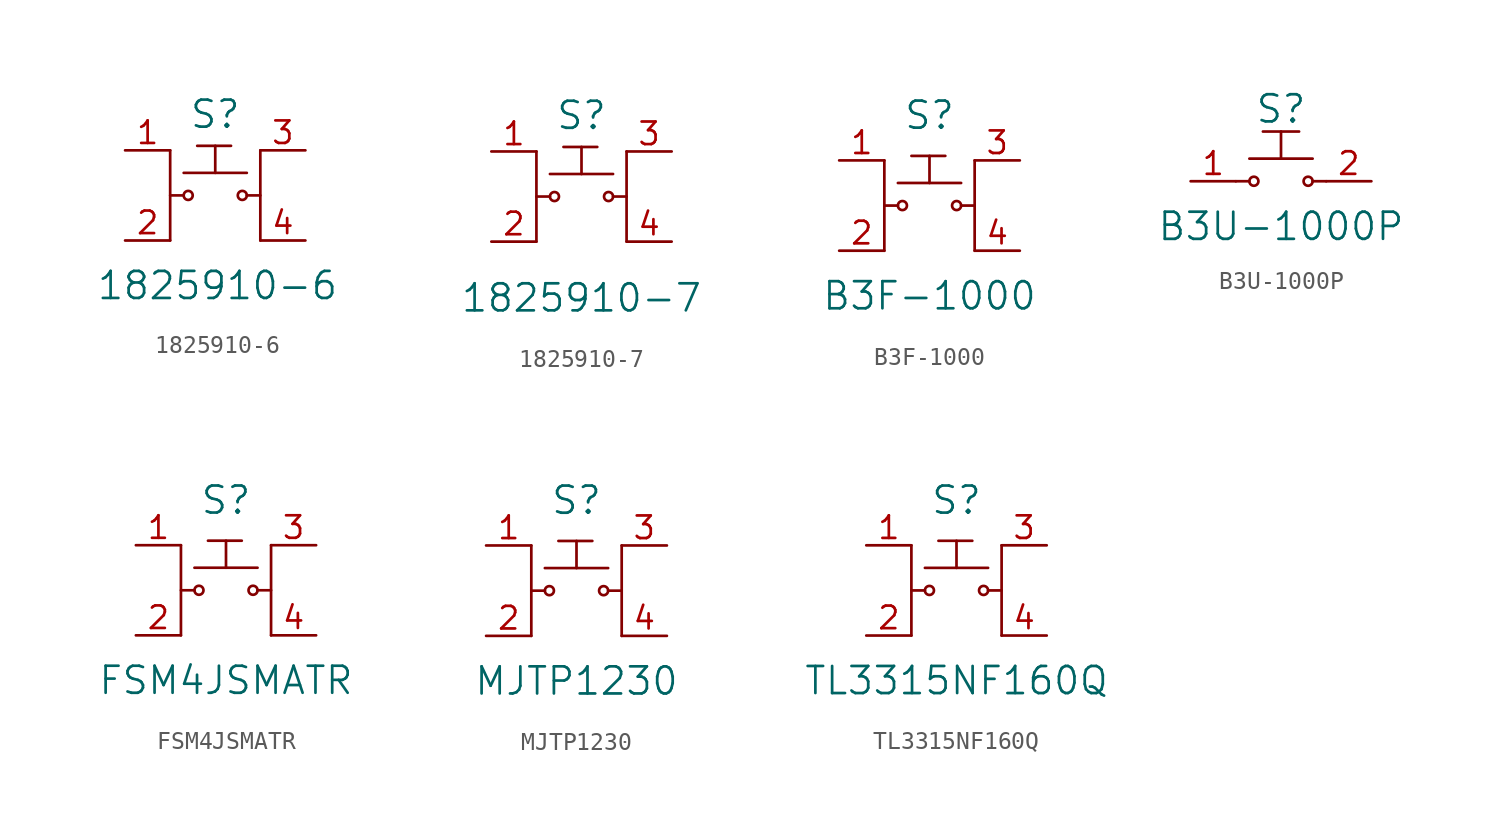
<source format=kicad_sym>
(kicad_symbol_lib
  (version 20231120)
  (generator "kicad_symbol_editor")
  (generator_version "8.0")
  (symbol "1825910-6"
    (pin_names
      (offset 1.016))
    (property "Reference" "S"
      (at 0 4.572 0)
      (effects (font (size 1.524 1.524))))
    (property "Value" "1825910-6"
      (at 0.127 -5.08 0)
      (effects (font (size 1.524 1.524))))
    (symbol "1825910-6_0_1"
      (circle (center -1.524 0) (radius 0.254) (stroke (width 0) (type default)) (fill (type none)))
      (polyline (pts (xy -2.54 2.54) (xy -2.54 -2.54)) (stroke (width 0) (type default)) (fill (type none)))
      (polyline (pts (xy -1.778 0) (xy -2.54 0)) (stroke (width 0) (type default)) (fill (type none)))
      (polyline (pts (xy -1.778 1.27) (xy 1.778 1.27)) (stroke (width 0) (type default)) (fill (type none)))
      (polyline (pts (xy 2.54 -2.54) (xy 2.54 2.54)) (stroke (width 0) (type default)) (fill (type none)))
      (polyline (pts (xy 2.54 0) (xy 1.778 0)) (stroke (width 0) (type default)) (fill (type none)))
      (circle (center 1.524 0) (radius 0.254) (stroke (width 0) (type default)) (fill (type none))))
    (symbol "1825910-6_1_1"
      (polyline (pts (xy -1.016 2.794) (xy 0.889 2.794)) (stroke (width 0) (type default)) (fill (type none)))
      (polyline (pts (xy 0 2.794) (xy 0 1.27)) (stroke (width 0) (type default)) (fill (type none)))
      (pin passive line (at -5.08 2.54 0) (length 2.54) (name "~" (effects (font (size 1.27 1.27)))) (number "1" (effects (font (size 1.27 1.27)))))
      (pin passive line (at -5.08 -2.54 0) (length 2.54) (name "~" (effects (font (size 1.27 1.27)))) (number "2" (effects (font (size 1.27 1.27)))))
      (pin passive line (at 5.08 2.54 180) (length 2.54) (name "~" (effects (font (size 1.27 1.27)))) (number "3" (effects (font (size 1.27 1.27)))))
      (pin passive line (at 5.08 -2.54 180) (length 2.54) (name "~" (effects (font (size 1.27 1.27)))) (number "4" (effects (font (size 1.27 1.27)))))))
  (symbol "1825910-7"
    (pin_names
      (offset 1.016))
    (property "Reference" "S"
      (at 0 4.572 0)
      (effects (font (size 1.524 1.524))))
    (property "Value" "1825910-7"
      (at 0 -5.715 0)
      (effects (font (size 1.524 1.524))))
    (symbol "1825910-7_0_1"
      (circle (center -1.524 0) (radius 0.254) (stroke (width 0) (type default)) (fill (type none)))
      (polyline (pts (xy -2.54 2.54) (xy -2.54 -2.54)) (stroke (width 0) (type default)) (fill (type none)))
      (polyline (pts (xy -1.778 0) (xy -2.54 0)) (stroke (width 0) (type default)) (fill (type none)))
      (polyline (pts (xy -1.778 1.27) (xy 1.778 1.27)) (stroke (width 0) (type default)) (fill (type none)))
      (polyline (pts (xy 2.54 -2.54) (xy 2.54 2.54)) (stroke (width 0) (type default)) (fill (type none)))
      (polyline (pts (xy 2.54 0) (xy 1.778 0)) (stroke (width 0) (type default)) (fill (type none)))
      (circle (center 1.524 0) (radius 0.254) (stroke (width 0) (type default)) (fill (type none))))
    (symbol "1825910-7_1_1"
      (polyline (pts (xy -1.016 2.794) (xy 0.889 2.794)) (stroke (width 0) (type default)) (fill (type none)))
      (polyline (pts (xy 0 2.794) (xy 0 1.27)) (stroke (width 0) (type default)) (fill (type none)))
      (pin passive line (at -5.08 2.54 0) (length 2.54) (name "~" (effects (font (size 1.27 1.27)))) (number "1" (effects (font (size 1.27 1.27)))))
      (pin passive line (at -5.08 -2.54 0) (length 2.54) (name "~" (effects (font (size 1.27 1.27)))) (number "2" (effects (font (size 1.27 1.27)))))
      (pin passive line (at 5.08 2.54 180) (length 2.54) (name "~" (effects (font (size 1.27 1.27)))) (number "3" (effects (font (size 1.27 1.27)))))
      (pin passive line (at 5.08 -2.54 180) (length 2.54) (name "~" (effects (font (size 1.27 1.27)))) (number "4" (effects (font (size 1.27 1.27)))))))
  (symbol "B3F-1000"
    (pin_names
      (offset 1.016))
    (property "Reference" "S"
      (at 0 5.08 0)
      (effects (font (size 1.524 1.524))))
    (property "Value" "B3F-1000"
      (at 0 -5.08 0)
      (effects (font (size 1.524 1.524))))
    (symbol "B3F-1000_0_1"
      (circle (center -1.524 0) (radius 0.254) (stroke (width 0) (type default)) (fill (type none)))
      (polyline (pts (xy -2.54 2.54) (xy -2.54 -2.54)) (stroke (width 0) (type default)) (fill (type none)))
      (polyline (pts (xy -1.778 0) (xy -2.54 0)) (stroke (width 0) (type default)) (fill (type none)))
      (polyline (pts (xy -1.778 1.27) (xy 1.778 1.27)) (stroke (width 0) (type default)) (fill (type none)))
      (polyline (pts (xy 2.54 -2.54) (xy 2.54 2.54)) (stroke (width 0) (type default)) (fill (type none)))
      (polyline (pts (xy 2.54 0) (xy 1.778 0)) (stroke (width 0) (type default)) (fill (type none)))
      (circle (center 1.524 0) (radius 0.254) (stroke (width 0) (type default)) (fill (type none))))
    (symbol "B3F-1000_1_1"
      (polyline (pts (xy -1.016 2.794) (xy 0.889 2.794)) (stroke (width 0) (type default)) (fill (type none)))
      (polyline (pts (xy 0 2.794) (xy 0 1.27)) (stroke (width 0) (type default)) (fill (type none)))
      (pin passive line (at -5.08 2.54 0) (length 2.54) (name "~" (effects (font (size 1.27 1.27)))) (number "1" (effects (font (size 1.27 1.27)))))
      (pin passive line (at -5.08 -2.54 0) (length 2.54) (name "~" (effects (font (size 1.27 1.27)))) (number "2" (effects (font (size 1.27 1.27)))))
      (pin passive line (at 5.08 2.54 180) (length 2.54) (name "~" (effects (font (size 1.27 1.27)))) (number "3" (effects (font (size 1.27 1.27)))))
      (pin passive line (at 5.08 -2.54 180) (length 2.54) (name "~" (effects (font (size 1.27 1.27)))) (number "4" (effects (font (size 1.27 1.27)))))))
  (symbol "B3U-1000P"
    (pin_names
      (offset 1.016))
    (property "Reference" "S"
      (at 0 4.064 0)
      (effects (font (size 1.524 1.524))))
    (property "Value" "B3U-1000P"
      (at 0 -2.54 0)
      (effects (font (size 1.524 1.524))))
    (symbol "B3U-1000P_0_1"
      (circle (center -1.524 0) (radius 0.254) (stroke (width 0) (type default)) (fill (type none)))
      (polyline (pts (xy -2.54 0) (xy -1.778 0)) (stroke (width 0) (type default)) (fill (type none)))
      (polyline (pts (xy -1.778 1.27) (xy 1.778 1.27)) (stroke (width 0) (type default)) (fill (type none)))
      (polyline (pts (xy -1.016 2.794) (xy 1.016 2.794)) (stroke (width 0) (type default)) (fill (type none)))
      (polyline (pts (xy 0 1.27) (xy 0 2.794)) (stroke (width 0) (type default)) (fill (type none)))
      (polyline (pts (xy 2.54 0) (xy 1.778 0)) (stroke (width 0) (type default)) (fill (type none)))
      (circle (center 1.524 0) (radius 0.254) (stroke (width 0) (type default)) (fill (type none))))
    (symbol "B3U-1000P_1_1"
      (pin passive line (at -5.08 0 0) (length 2.54) (name "~" (effects (font (size 1.27 1.27)))) (number "1" (effects (font (size 1.27 1.27)))))
      (pin passive line (at 5.08 0 180) (length 2.54) (name "~" (effects (font (size 1.27 1.27)))) (number "2" (effects (font (size 1.27 1.27)))))))
  (symbol "FSM4JSMATR"
    (pin_names
      (offset 1.016))
    (property "Reference" "S"
      (at 0 5.08 0)
      (effects (font (size 1.524 1.524))))
    (property "Value" "FSM4JSMATR"
      (at 0 -5.08 0)
      (effects (font (size 1.524 1.524))))
    (symbol "FSM4JSMATR_0_1"
      (circle (center -1.524 0) (radius 0.254) (stroke (width 0) (type default)) (fill (type none)))
      (polyline (pts (xy -2.54 2.54) (xy -2.54 -2.54)) (stroke (width 0) (type default)) (fill (type none)))
      (polyline (pts (xy -1.778 0) (xy -2.54 0)) (stroke (width 0) (type default)) (fill (type none)))
      (polyline (pts (xy -1.778 1.27) (xy 1.778 1.27)) (stroke (width 0) (type default)) (fill (type none)))
      (polyline (pts (xy 2.54 -2.54) (xy 2.54 2.54)) (stroke (width 0) (type default)) (fill (type none)))
      (polyline (pts (xy 2.54 0) (xy 1.778 0)) (stroke (width 0) (type default)) (fill (type none)))
      (circle (center 1.524 0) (radius 0.254) (stroke (width 0) (type default)) (fill (type none))))
    (symbol "FSM4JSMATR_1_1"
      (polyline (pts (xy -1.016 2.794) (xy 0.889 2.794)) (stroke (width 0) (type default)) (fill (type none)))
      (polyline (pts (xy 0 2.794) (xy 0 1.27)) (stroke (width 0) (type default)) (fill (type none)))
      (pin passive line (at -5.08 2.54 0) (length 2.54) (name "~" (effects (font (size 1.27 1.27)))) (number "1" (effects (font (size 1.27 1.27)))))
      (pin passive line (at -5.08 -2.54 0) (length 2.54) (name "~" (effects (font (size 1.27 1.27)))) (number "2" (effects (font (size 1.27 1.27)))))
      (pin passive line (at 5.08 2.54 180) (length 2.54) (name "~" (effects (font (size 1.27 1.27)))) (number "3" (effects (font (size 1.27 1.27)))))
      (pin passive line (at 5.08 -2.54 180) (length 2.54) (name "~" (effects (font (size 1.27 1.27)))) (number "4" (effects (font (size 1.27 1.27)))))))
  (symbol "MJTP1230"
    (pin_names
      (offset 1.016))
    (property "Reference" "S"
      (at 0 5.08 0)
      (effects (font (size 1.524 1.524))))
    (property "Value" "MJTP1230"
      (at 0 -5.08 0)
      (effects (font (size 1.524 1.524))))
    (symbol "MJTP1230_0_1"
      (circle (center -1.524 0) (radius 0.254) (stroke (width 0) (type default)) (fill (type none)))
      (polyline (pts (xy -2.54 2.54) (xy -2.54 -2.54)) (stroke (width 0) (type default)) (fill (type none)))
      (polyline (pts (xy -1.778 0) (xy -2.54 0)) (stroke (width 0) (type default)) (fill (type none)))
      (polyline (pts (xy -1.778 1.27) (xy 1.778 1.27)) (stroke (width 0) (type default)) (fill (type none)))
      (polyline (pts (xy 2.54 -2.54) (xy 2.54 2.54)) (stroke (width 0) (type default)) (fill (type none)))
      (polyline (pts (xy 2.54 0) (xy 1.778 0)) (stroke (width 0) (type default)) (fill (type none)))
      (circle (center 1.524 0) (radius 0.254) (stroke (width 0) (type default)) (fill (type none))))
    (symbol "MJTP1230_1_1"
      (polyline (pts (xy -1.016 2.794) (xy 0.889 2.794)) (stroke (width 0) (type default)) (fill (type none)))
      (polyline (pts (xy 0 2.794) (xy 0 1.27)) (stroke (width 0) (type default)) (fill (type none)))
      (pin passive line (at -5.08 2.54 0) (length 2.54) (name "~" (effects (font (size 1.27 1.27)))) (number "1" (effects (font (size 1.27 1.27)))))
      (pin passive line (at -5.08 -2.54 0) (length 2.54) (name "~" (effects (font (size 1.27 1.27)))) (number "2" (effects (font (size 1.27 1.27)))))
      (pin passive line (at 5.08 2.54 180) (length 2.54) (name "~" (effects (font (size 1.27 1.27)))) (number "3" (effects (font (size 1.27 1.27)))))
      (pin passive line (at 5.08 -2.54 180) (length 2.54) (name "~" (effects (font (size 1.27 1.27)))) (number "4" (effects (font (size 1.27 1.27)))))))
  (symbol "TL3315NF160Q"
    (pin_names
      (offset 1.016))
    (property "Reference" "S"
      (at 0 5.08 0)
      (effects (font (size 1.524 1.524))))
    (property "Value" "TL3315NF160Q"
      (at 0 -5.08 0)
      (effects (font (size 1.524 1.524))))
    (symbol "TL3315NF160Q_0_1"
      (circle (center -1.524 0) (radius 0.254) (stroke (width 0) (type default)) (fill (type none)))
      (polyline (pts (xy -2.54 2.54) (xy -2.54 -2.54)) (stroke (width 0) (type default)) (fill (type none)))
      (polyline (pts (xy -1.778 0) (xy -2.54 0)) (stroke (width 0) (type default)) (fill (type none)))
      (polyline (pts (xy -1.778 1.27) (xy 1.778 1.27)) (stroke (width 0) (type default)) (fill (type none)))
      (polyline (pts (xy 2.54 -2.54) (xy 2.54 2.54)) (stroke (width 0) (type default)) (fill (type none)))
      (polyline (pts (xy 2.54 0) (xy 1.778 0)) (stroke (width 0) (type default)) (fill (type none)))
      (circle (center 1.524 0) (radius 0.254) (stroke (width 0) (type default)) (fill (type none))))
    (symbol "TL3315NF160Q_1_1"
      (polyline (pts (xy -1.016 2.794) (xy 0.889 2.794)) (stroke (width 0) (type default)) (fill (type none)))
      (polyline (pts (xy 0 2.794) (xy 0 1.27)) (stroke (width 0) (type default)) (fill (type none)))
      (pin passive line (at -5.08 2.54 0) (length 2.54) (name "~" (effects (font (size 1.27 1.27)))) (number "1" (effects (font (size 1.27 1.27)))))
      (pin passive line (at -5.08 -2.54 0) (length 2.54) (name "~" (effects (font (size 1.27 1.27)))) (number "2" (effects (font (size 1.27 1.27)))))
      (pin passive line (at 5.08 2.54 180) (length 2.54) (name "~" (effects (font (size 1.27 1.27)))) (number "3" (effects (font (size 1.27 1.27)))))
      (pin passive line (at 5.08 -2.54 180) (length 2.54) (name "~" (effects (font (size 1.27 1.27)))) (number "4" (effects (font (size 1.27 1.27))))))))
</source>
